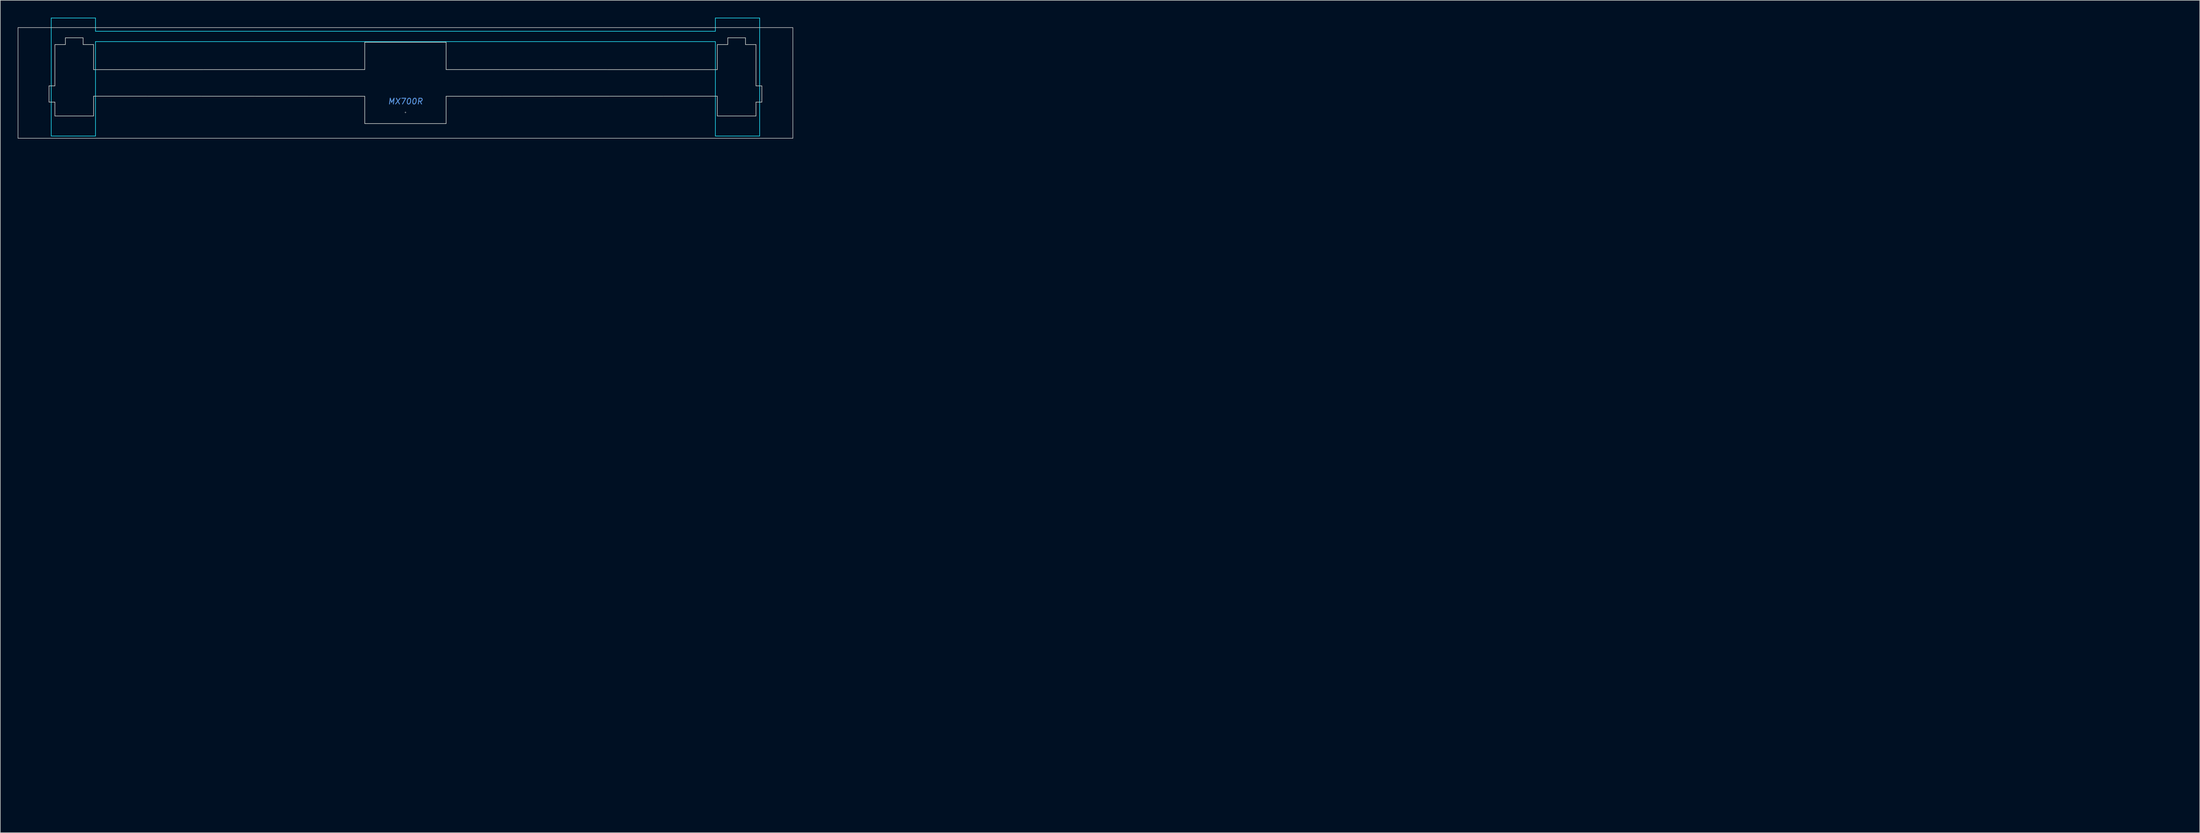
<source format=kicad_pcb>
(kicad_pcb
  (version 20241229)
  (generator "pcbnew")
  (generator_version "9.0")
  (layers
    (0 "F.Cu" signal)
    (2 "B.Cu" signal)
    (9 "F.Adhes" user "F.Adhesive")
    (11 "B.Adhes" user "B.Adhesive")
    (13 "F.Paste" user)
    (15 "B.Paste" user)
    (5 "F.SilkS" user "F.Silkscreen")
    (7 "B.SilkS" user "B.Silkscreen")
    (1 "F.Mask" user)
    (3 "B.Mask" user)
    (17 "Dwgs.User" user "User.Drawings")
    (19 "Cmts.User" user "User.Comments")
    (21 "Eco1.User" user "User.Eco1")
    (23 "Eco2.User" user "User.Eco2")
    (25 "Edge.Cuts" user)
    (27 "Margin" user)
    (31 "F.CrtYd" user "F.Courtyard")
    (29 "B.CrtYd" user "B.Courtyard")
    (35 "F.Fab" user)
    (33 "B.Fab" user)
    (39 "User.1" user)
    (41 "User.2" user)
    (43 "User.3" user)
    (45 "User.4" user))
  (footprint "MX700R"
    (layer "F.Cu")
    (at 66.725 11.226)
    (property "Reference" "MX700R" (at 0 3.175 0) (layer "Cmts.User") (effects (font (size 1 1) (thickness 0.15) (italic yes))))
    (attr through_hole)
    (fp_line (start -66.675 -9.525) (end -66.675 9.525) (stroke (width 0.1) (type solid)) (layer "Dwgs.User"))
    (fp_line (start -66.675 -9.525) (end 66.675 -9.525) (stroke (width 0.1) (type solid)) (layer "Dwgs.User"))
    (fp_line (start -66.675 9.525) (end 66.675 9.525) (stroke (width 0.1) (type solid)) (layer "Dwgs.User"))
    (fp_line (start -0.127 5.08) (end 0.127 5.08) (stroke (width 0.051) (type solid)) (layer "Dwgs.User"))
    (fp_line (start 0 4.953) (end 0 5.207) (stroke (width 0.051) (type solid)) (layer "Dwgs.User"))
    (fp_line (start 66.675 -9.525) (end 66.675 9.525) (stroke (width 0.1) (type solid)) (layer "Dwgs.User"))
    (fp_line (start -0.941 0.000054) (end 0.941 -0.000002) (stroke (width 0.1) (type solid)) (layer "Eco1.User"))
    (fp_line (start 0 0.941) (end -0.000056 -0.941) (stroke (width 0.1) (type solid)) (layer "Eco1.User"))
    (fp_line (start 0 15.765) (end 0 15.765) (stroke (width 0.1) (type solid)) (layer "Eco1.User"))
    (fp_line (start 0 15.765) (end 0 15.765) (stroke (width 0.1) (type solid)) (layer "Eco1.User"))
    (fp_line (start 0 15.765) (end 0 15.765) (stroke (width 0.1) (type solid)) (layer "Eco1.User"))
    (fp_line (start 304.8 124.154) (end 304.8 126.036) (stroke (width 0.1) (type solid)) (layer "Eco1.User"))
    (fp_line (start 305.741 125.095) (end 303.859 125.095) (stroke (width 0.1) (type solid)) (layer "Eco1.User"))
    (fp_line (start -61.341 0.509) (end -60.325 0.509) (stroke (width 0.1) (type solid)) (layer "Edge.Cuts"))
    (fp_line (start -61.341 3.303) (end -61.341 0.509) (stroke (width 0.1) (type solid)) (layer "Edge.Cuts"))
    (fp_line (start -60.325 0.509) (end -60.325 -6.603) (stroke (width 0.1) (type solid)) (layer "Edge.Cuts"))
    (fp_line (start -60.325 3.303) (end -61.341 3.303) (stroke (width 0.1) (type solid)) (layer "Edge.Cuts"))
    (fp_line (start -60.325 -6.603) (end -58.522 -6.603) (stroke (width 0.1) (type solid)) (layer "Edge.Cuts"))
    (fp_line (start -60.325 5.69) (end -60.325 3.303) (stroke (width 0.1) (type solid)) (layer "Edge.Cuts"))
    (fp_line (start -58.522 -7.772) (end -55.474 -7.772) (stroke (width 0.1) (type solid)) (layer "Edge.Cuts"))
    (fp_line (start -58.522 -6.603) (end -58.522 -7.772) (stroke (width 0.1) (type solid)) (layer "Edge.Cuts"))
    (fp_line (start -55.474 -7.772) (end -55.474 -6.603) (stroke (width 0.1) (type solid)) (layer "Edge.Cuts"))
    (fp_line (start -55.474 -6.603) (end -53.67 -6.603) (stroke (width 0.1) (type solid)) (layer "Edge.Cuts"))
    (fp_line (start -53.67 -2.286) (end -7 -2.3) (stroke (width 0.1) (type solid)) (layer "Edge.Cuts"))
    (fp_line (start -53.67 5.69) (end -60.325 5.69) (stroke (width 0.1) (type solid)) (layer "Edge.Cuts"))
    (fp_line (start -53.67 -6.603) (end -53.67 -2.286) (stroke (width 0.1) (type solid)) (layer "Edge.Cuts"))
    (fp_line (start -53.67 2.286) (end -53.67 5.69) (stroke (width 0.1) (type solid)) (layer "Edge.Cuts"))
    (fp_line (start -7 7) (end -7 2.3) (stroke (width 0.1) (type solid)) (layer "Edge.Cuts"))
    (fp_line (start -7 -7) (end 7 -7) (stroke (width 0.1) (type solid)) (layer "Edge.Cuts"))
    (fp_line (start -7 -2.3) (end -7 -7) (stroke (width 0.1) (type solid)) (layer "Edge.Cuts"))
    (fp_line (start -7 2.3) (end -53.67 2.286) (stroke (width 0.1) (type solid)) (layer "Edge.Cuts"))
    (fp_line (start 7 -7) (end 7 -2.3) (stroke (width 0.1) (type solid)) (layer "Edge.Cuts"))
    (fp_line (start 7 7) (end -7 7) (stroke (width 0.1) (type solid)) (layer "Edge.Cuts"))
    (fp_line (start 7 -2.3) (end 53.67 -2.286) (stroke (width 0.1) (type solid)) (layer "Edge.Cuts"))
    (fp_line (start 7 2.3) (end 7 7) (stroke (width 0.1) (type solid)) (layer "Edge.Cuts"))
    (fp_line (start 53.67 -6.603) (end 55.473 -6.603) (stroke (width 0.1) (type solid)) (layer "Edge.Cuts"))
    (fp_line (start 53.67 -2.286) (end 53.67 -6.603) (stroke (width 0.1) (type solid)) (layer "Edge.Cuts"))
    (fp_line (start 53.67 2.286) (end 7 2.3) (stroke (width 0.1) (type solid)) (layer "Edge.Cuts"))
    (fp_line (start 53.67 5.69) (end 53.67 2.286) (stroke (width 0.1) (type solid)) (layer "Edge.Cuts"))
    (fp_line (start 55.473 -7.772) (end 58.521 -7.772) (stroke (width 0.1) (type solid)) (layer "Edge.Cuts"))
    (fp_line (start 55.473 -6.603) (end 55.473 -7.772) (stroke (width 0.1) (type solid)) (layer "Edge.Cuts"))
    (fp_line (start 58.521 -7.772) (end 58.521 -6.603) (stroke (width 0.1) (type solid)) (layer "Edge.Cuts"))
    (fp_line (start 58.521 -6.603) (end 60.325 -6.603) (stroke (width 0.1) (type solid)) (layer "Edge.Cuts"))
    (fp_line (start 60.325 -6.603) (end 60.325 0.509) (stroke (width 0.1) (type solid)) (layer "Edge.Cuts"))
    (fp_line (start 60.325 5.69) (end 53.67 5.69) (stroke (width 0.1) (type solid)) (layer "Edge.Cuts"))
    (fp_line (start 60.325 0.509) (end 61.341 0.509) (stroke (width 0.1) (type solid)) (layer "Edge.Cuts"))
    (fp_line (start 60.325 3.303) (end 60.325 5.69) (stroke (width 0.1) (type solid)) (layer "Edge.Cuts"))
    (fp_line (start 61.341 0.509) (end 61.341 3.303) (stroke (width 0.1) (type solid)) (layer "Edge.Cuts"))
    (fp_line (start 61.341 3.303) (end 60.325 3.303) (stroke (width 0.1) (type solid)) (layer "Edge.Cuts"))
    (fp_line (start -60.96 9.144) (end -60.96 -11.176) (stroke (width 0.1) (type solid)) (layer "B.CrtYd"))
    (fp_line (start -53.34 -11.176) (end -60.96 -11.176) (stroke (width 0.1) (type solid)) (layer "B.CrtYd"))
    (fp_line (start -53.34 -8.89) (end -53.34 -11.176) (stroke (width 0.1) (type solid)) (layer "B.CrtYd"))
    (fp_line (start -53.34 -7.112) (end -53.34 9.144) (stroke (width 0.1) (type solid)) (layer "B.CrtYd"))
    (fp_line (start -53.34 9.144) (end -60.96 9.144) (stroke (width 0.1) (type solid)) (layer "B.CrtYd"))
    (fp_line (start 53.34 -8.89) (end -53.34 -8.89) (stroke (width 0.1) (type solid)) (layer "B.CrtYd"))
    (fp_line (start 53.34 -8.89) (end 53.34 -11.176) (stroke (width 0.1) (type solid)) (layer "B.CrtYd"))
    (fp_line (start 53.34 -7.112) (end -53.34 -7.112) (stroke (width 0.1) (type solid)) (layer "B.CrtYd"))
    (fp_line (start 53.34 -7.112) (end 53.34 9.144) (stroke (width 0.1) (type solid)) (layer "B.CrtYd"))
    (fp_line (start 60.96 -11.176) (end 53.34 -11.176) (stroke (width 0.1) (type solid)) (layer "B.CrtYd"))
    (fp_line (start 60.96 9.144) (end 53.34 9.144) (stroke (width 0.1) (type solid)) (layer "B.CrtYd"))
    (fp_line (start 60.96 9.144) (end 60.96 -11.176) (stroke (width 0.1) (type solid)) (layer "B.CrtYd")))
  (gr_rect
    (start -3 -3)
    (end 375.516 140.312)
    (stroke (width 0.1) (type default))
    (fill no)
    (layer "Edge.Cuts")))
</source>
